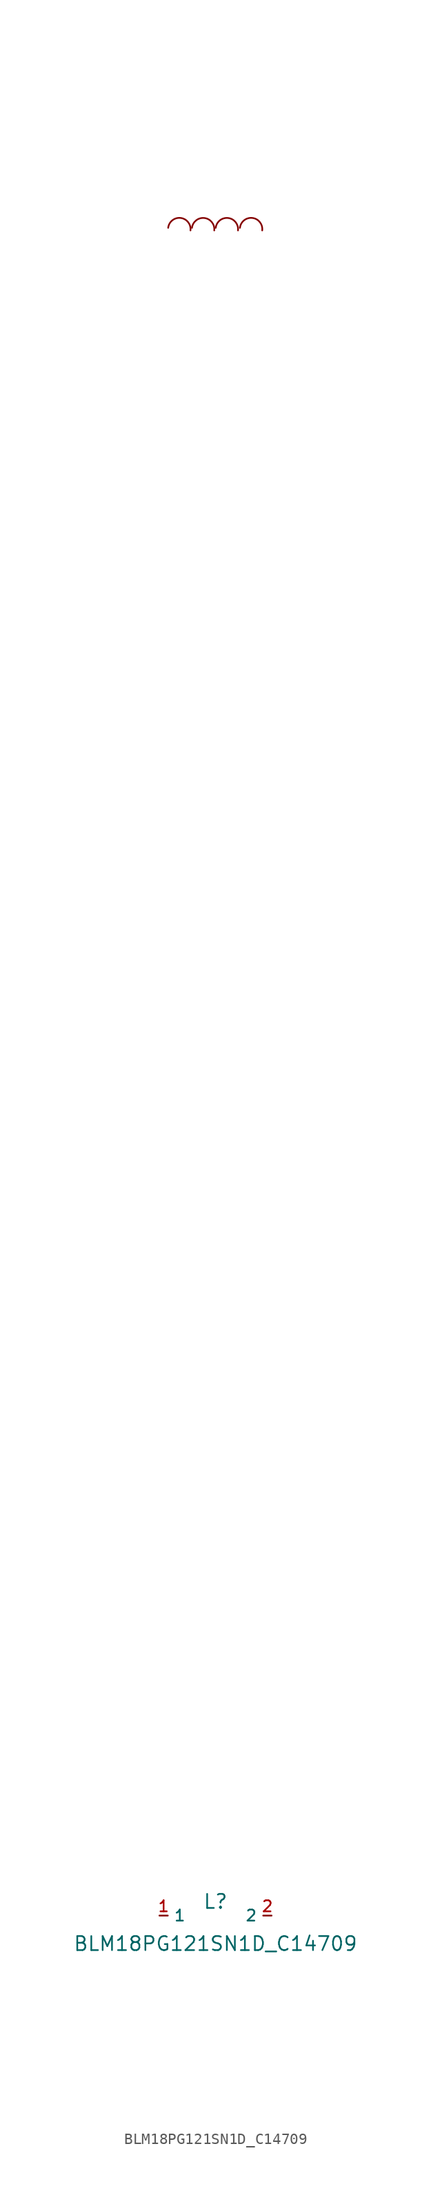
<source format=kicad_sym>
(kicad_symbol_lib
  (version 20210201)
  (generator TousstNicolas/JLC2KiCad_lib)
  (symbol "BLM18PG121SN1D_C14709"
    (property "Reference" "L"
      (at 0 1.27 0)
      (effects (font (size 1.27 1.27))))
    (property "Value" "BLM18PG121SN1D_C14709"
      (at 0 -2.54 0)
      (effects (font (size 1.27 1.27))))
    (symbol "BLM18PG121SN1D_C14709_0_1"
      (pin unspecified line (at 5.08 -0.0 180) (length 0.762) (name "2" (effects (font (size 1 1)))) (number "2" (effects (font (size 1 1)))))
      (pin unspecified line (at -5.08 -0.0 0) (length 0.762) (name "1" (effects (font (size 1 1)))) (number "1" (effects (font (size 1 1)))))
      (arc (start -2.2675798317689098 152.26577474375057) (mid -3.1589675383294846 153.39269454626879) (end -4.285887329344515 152.50130682516553) (stroke (width 0) (type default) (color 0 0 0 0)) (fill (type none)))
      (arc (start -0.11289020511819081 152.26516817215807) (mid -1.0043096562459306 153.39206286199257) (end -2.131204336687783 152.50064339899106) (stroke (width 0) (type default) (color 0 0 0 0)) (fill (type none)))
      (arc (start 2.037732096126408 152.26516817215807) (mid 1.146312644998668 153.39206286199257) (end 0.019417964556815614 152.50064339899106) (stroke (width 0) (type default) (color 0 0 0 0)) (fill (type none)))
      (arc (start 4.230518481699189 152.26567617317409) (mid 3.339099030571449 153.3925708630086) (end 2.2122043501295967 152.50115140000707) (stroke (width 0) (type default) (color 0 0 0 0)) (fill (type none))))))
</source>
